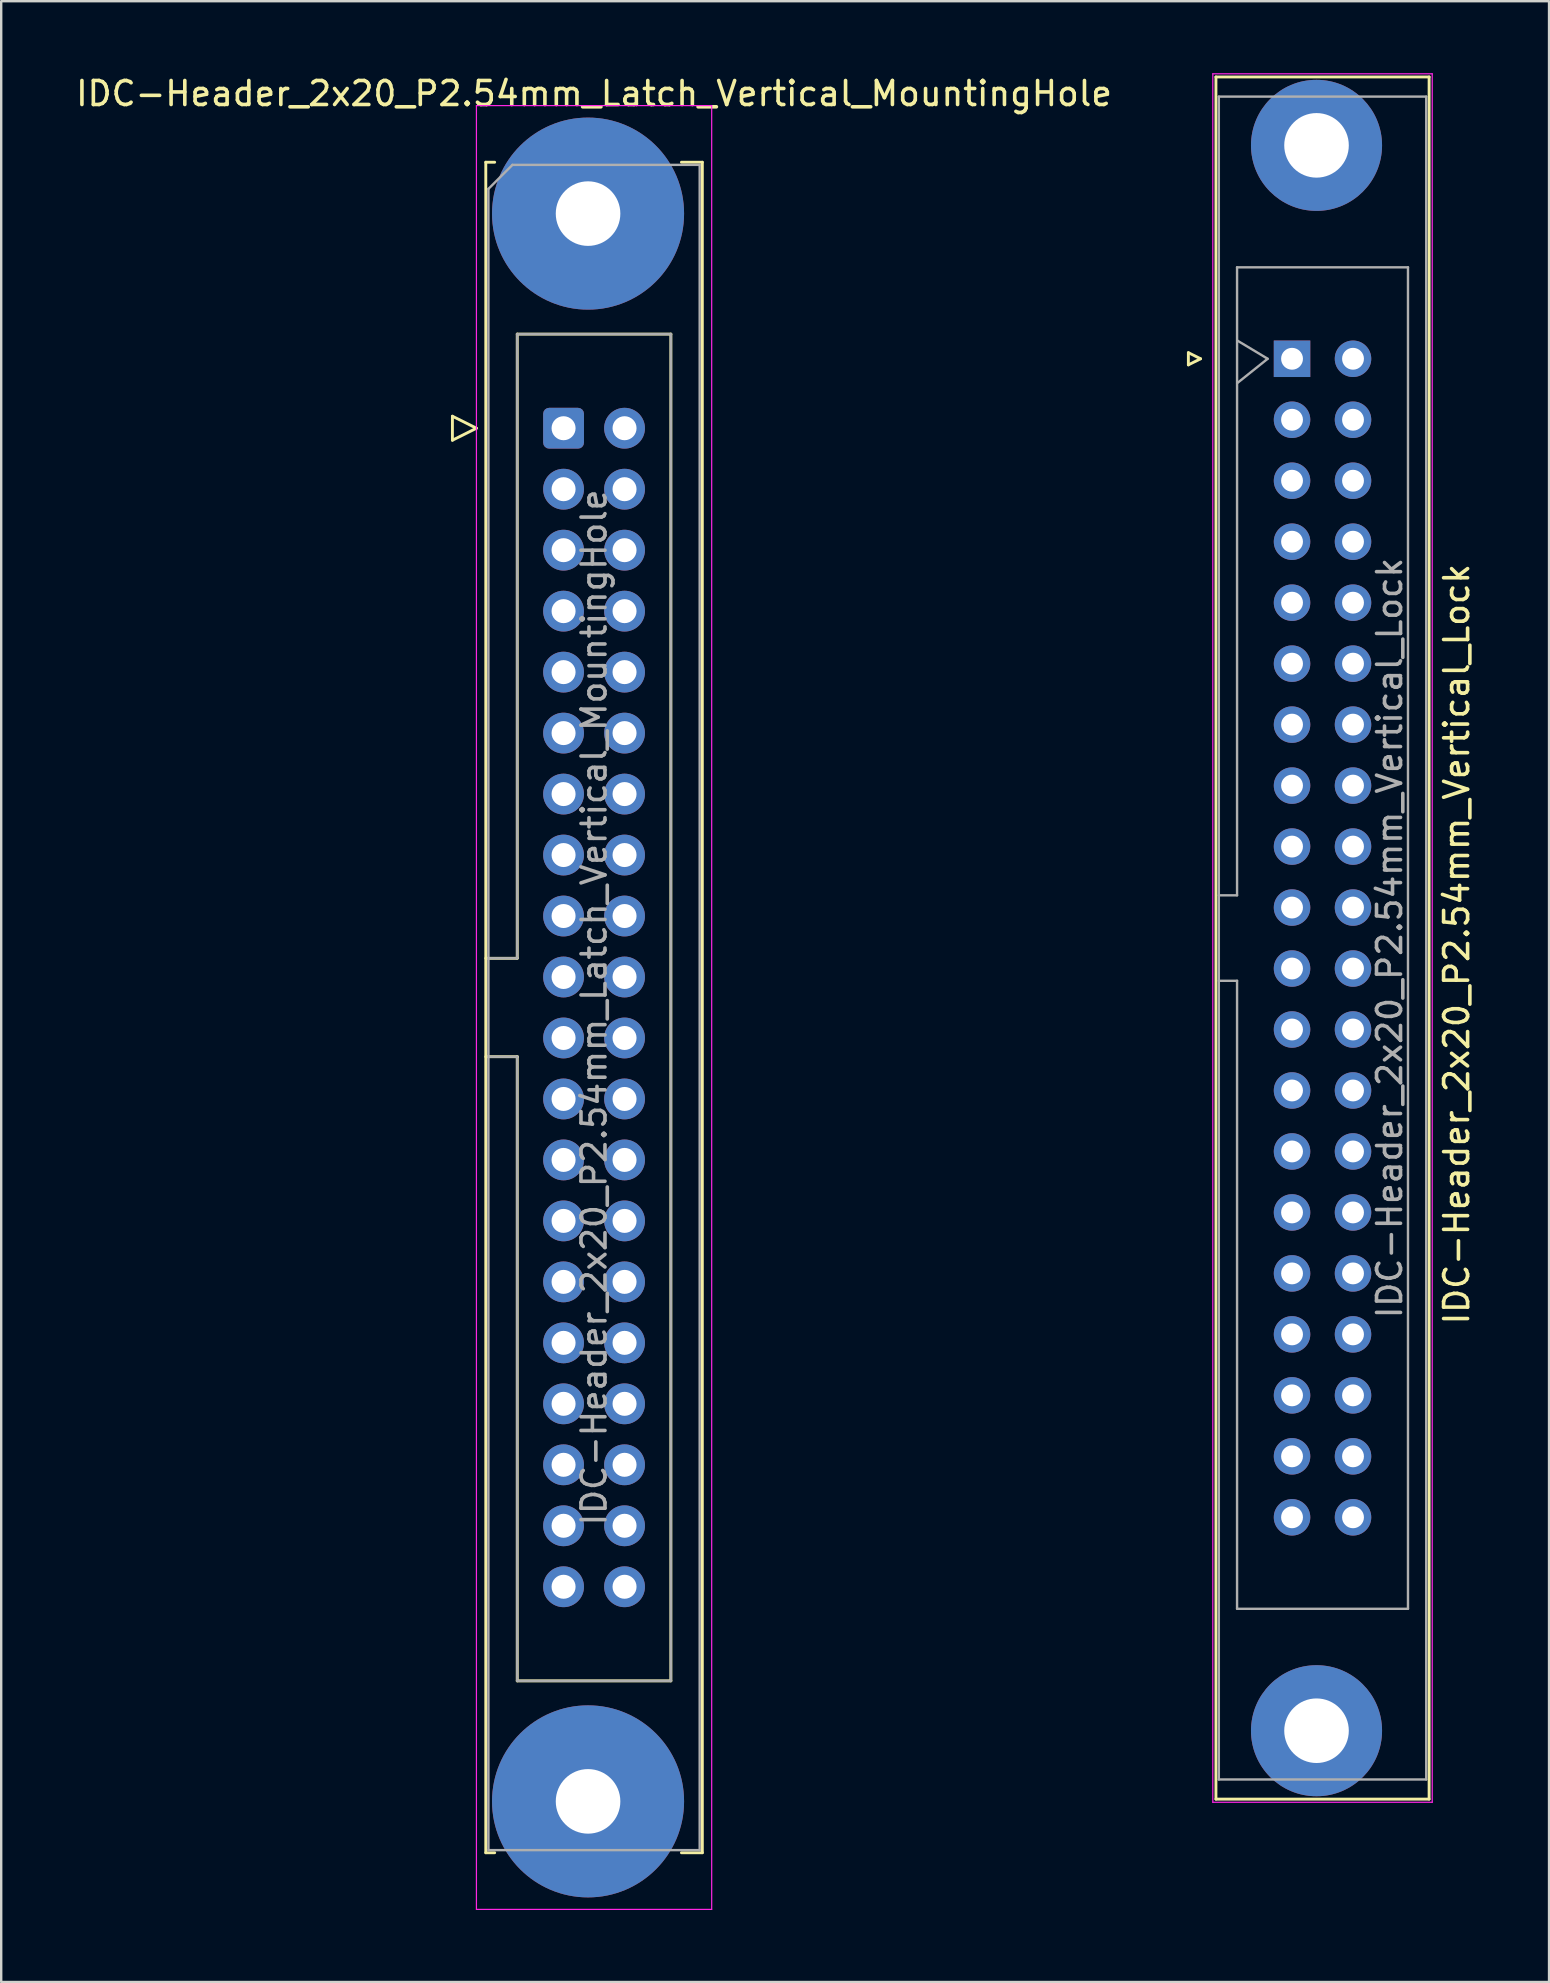
<source format=kicad_pcb>
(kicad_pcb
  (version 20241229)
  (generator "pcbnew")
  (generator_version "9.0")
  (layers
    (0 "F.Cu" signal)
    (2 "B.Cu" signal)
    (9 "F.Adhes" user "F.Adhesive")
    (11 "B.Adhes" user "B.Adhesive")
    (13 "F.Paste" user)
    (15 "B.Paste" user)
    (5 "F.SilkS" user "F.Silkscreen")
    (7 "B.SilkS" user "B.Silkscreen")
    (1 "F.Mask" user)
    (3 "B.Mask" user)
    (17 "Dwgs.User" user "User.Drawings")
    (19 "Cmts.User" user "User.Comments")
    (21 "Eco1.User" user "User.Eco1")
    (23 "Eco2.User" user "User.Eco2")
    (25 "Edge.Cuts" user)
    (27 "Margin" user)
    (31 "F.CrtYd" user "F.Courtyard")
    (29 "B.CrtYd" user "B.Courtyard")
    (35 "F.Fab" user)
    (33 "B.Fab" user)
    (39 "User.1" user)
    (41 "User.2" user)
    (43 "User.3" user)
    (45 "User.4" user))
  (footprint "IDC-Header_2x20_P2.54mm_Latch_Vertical_MountingHole"
    (layer "F.Cu")
    (at 20.426 14.788)
    (property "Reference" "IDC-Header_2x20_P2.54mm_Latch_Vertical_MountingHole" (at 1.27 -13.94 0) (layer "F.SilkS") (effects (font (size 1 1) (thickness 0.15))))
    (attr through_hole)
    (fp_line (start -4.63 -0.5) (end -4.63 0.5) (stroke (width 0.12) (type solid)) (layer "F.SilkS"))
    (fp_line (start -4.63 0.5) (end -3.63 0) (stroke (width 0.12) (type solid)) (layer "F.SilkS"))
    (fp_line (start -3.63 0) (end -4.63 -0.5) (stroke (width 0.12) (type solid)) (layer "F.SilkS"))
    (fp_line (start -3.24 -11.08) (end -3.24 59.34) (stroke (width 0.12) (type solid)) (layer "F.SilkS"))
    (fp_line (start -3.24 22.08) (end -1.93 22.08) (stroke (width 0.12) (type solid)) (layer "F.SilkS"))
    (fp_line (start -3.24 59.34) (end -2.87 59.34) (stroke (width 0.12) (type solid)) (layer "F.SilkS"))
    (fp_line (start -2.87 -11.08) (end -3.24 -11.08) (stroke (width 0.12) (type solid)) (layer "F.SilkS"))
    (fp_line (start -1.93 -3.92) (end 4.47 -3.92) (stroke (width 0.12) (type solid)) (layer "F.SilkS"))
    (fp_line (start -1.93 22.08) (end -1.93 -3.92) (stroke (width 0.12) (type solid)) (layer "F.SilkS"))
    (fp_line (start -1.93 26.18) (end -3.24 26.18) (stroke (width 0.12) (type solid)) (layer "F.SilkS"))
    (fp_line (start -1.93 26.18) (end -1.93 26.18) (stroke (width 0.12) (type solid)) (layer "F.SilkS"))
    (fp_line (start -1.93 52.18) (end -1.93 26.18) (stroke (width 0.12) (type solid)) (layer "F.SilkS"))
    (fp_line (start 4.47 -3.92) (end 4.47 52.18) (stroke (width 0.12) (type solid)) (layer "F.SilkS"))
    (fp_line (start 4.47 52.18) (end -1.93 52.18) (stroke (width 0.12) (type solid)) (layer "F.SilkS"))
    (fp_line (start 4.91 -11.08) (end 5.78 -11.08) (stroke (width 0.12) (type solid)) (layer "F.SilkS"))
    (fp_line (start 5.78 -11.08) (end 5.78 59.34) (stroke (width 0.12) (type solid)) (layer "F.SilkS"))
    (fp_line (start 5.78 59.34) (end 4.91 59.34) (stroke (width 0.12) (type solid)) (layer "F.SilkS"))
    (fp_line (start -3.63 -13.44) (end -3.63 61.7) (stroke (width 0.05) (type solid)) (layer "F.CrtYd"))
    (fp_line (start -3.63 61.7) (end 6.17 61.7) (stroke (width 0.05) (type solid)) (layer "F.CrtYd"))
    (fp_line (start 6.17 -13.44) (end -3.63 -13.44) (stroke (width 0.05) (type solid)) (layer "F.CrtYd"))
    (fp_line (start 6.17 61.7) (end 6.17 -13.44) (stroke (width 0.05) (type solid)) (layer "F.CrtYd"))
    (fp_line (start -3.13 -9.97) (end -2.13 -10.97) (stroke (width 0.1) (type solid)) (layer "F.Fab"))
    (fp_line (start -3.13 22.08) (end -1.93 22.08) (stroke (width 0.1) (type solid)) (layer "F.Fab"))
    (fp_line (start -3.13 59.23) (end -3.13 -9.97) (stroke (width 0.1) (type solid)) (layer "F.Fab"))
    (fp_line (start -2.13 -10.97) (end 5.67 -10.97) (stroke (width 0.1) (type solid)) (layer "F.Fab"))
    (fp_line (start -1.93 -3.92) (end 4.47 -3.92) (stroke (width 0.1) (type solid)) (layer "F.Fab"))
    (fp_line (start -1.93 22.08) (end -1.93 -3.92) (stroke (width 0.1) (type solid)) (layer "F.Fab"))
    (fp_line (start -1.93 26.18) (end -3.13 26.18) (stroke (width 0.1) (type solid)) (layer "F.Fab"))
    (fp_line (start -1.93 26.18) (end -1.93 26.18) (stroke (width 0.1) (type solid)) (layer "F.Fab"))
    (fp_line (start -1.93 52.18) (end -1.93 26.18) (stroke (width 0.1) (type solid)) (layer "F.Fab"))
    (fp_line (start 4.47 -3.92) (end 4.47 52.18) (stroke (width 0.1) (type solid)) (layer "F.Fab"))
    (fp_line (start 4.47 52.18) (end -1.93 52.18) (stroke (width 0.1) (type solid)) (layer "F.Fab"))
    (fp_line (start 5.67 -10.97) (end 5.67 59.23) (stroke (width 0.1) (type solid)) (layer "F.Fab"))
    (fp_line (start 5.67 59.23) (end -3.13 59.23) (stroke (width 0.1) (type solid)) (layer "F.Fab"))
    (fp_text user "${REFERENCE}" (at 1.27 24.13 90) (layer "F.Fab") (effects (font (size 1 1) (thickness 0.15))))
    (pad "" thru_hole circle (at 1.02 -8.94) (size 8 8) (drill 2.69) (layers "*.Cu" "*.Mask"))
    (pad "" thru_hole circle (at 1.02 57.2) (size 8 8) (drill 2.69) (layers "*.Cu" "*.Mask"))
    (pad "1" thru_hole roundrect (at 0 0) (size 1.7 1.7) (drill 1) (layers "*.Cu" "*.Mask") (roundrect_rratio 0.147))
    (pad "2" thru_hole circle (at 2.54 0) (size 1.7 1.7) (drill 1) (layers "*.Cu" "*.Mask"))
    (pad "3" thru_hole circle (at 0 2.54) (size 1.7 1.7) (drill 1) (layers "*.Cu" "*.Mask"))
    (pad "4" thru_hole circle (at 2.54 2.54) (size 1.7 1.7) (drill 1) (layers "*.Cu" "*.Mask"))
    (pad "5" thru_hole circle (at 0 5.08) (size 1.7 1.7) (drill 1) (layers "*.Cu" "*.Mask"))
    (pad "6" thru_hole circle (at 2.54 5.08) (size 1.7 1.7) (drill 1) (layers "*.Cu" "*.Mask"))
    (pad "7" thru_hole circle (at 0 7.62) (size 1.7 1.7) (drill 1) (layers "*.Cu" "*.Mask"))
    (pad "8" thru_hole circle (at 2.54 7.62) (size 1.7 1.7) (drill 1) (layers "*.Cu" "*.Mask"))
    (pad "9" thru_hole circle (at 0 10.16) (size 1.7 1.7) (drill 1) (layers "*.Cu" "*.Mask"))
    (pad "10" thru_hole circle (at 2.54 10.16) (size 1.7 1.7) (drill 1) (layers "*.Cu" "*.Mask"))
    (pad "11" thru_hole circle (at 0 12.7) (size 1.7 1.7) (drill 1) (layers "*.Cu" "*.Mask"))
    (pad "12" thru_hole circle (at 2.54 12.7) (size 1.7 1.7) (drill 1) (layers "*.Cu" "*.Mask"))
    (pad "13" thru_hole circle (at 0 15.24) (size 1.7 1.7) (drill 1) (layers "*.Cu" "*.Mask"))
    (pad "14" thru_hole circle (at 2.54 15.24) (size 1.7 1.7) (drill 1) (layers "*.Cu" "*.Mask"))
    (pad "15" thru_hole circle (at 0 17.78) (size 1.7 1.7) (drill 1) (layers "*.Cu" "*.Mask"))
    (pad "16" thru_hole circle (at 2.54 17.78) (size 1.7 1.7) (drill 1) (layers "*.Cu" "*.Mask"))
    (pad "17" thru_hole circle (at 0 20.32) (size 1.7 1.7) (drill 1) (layers "*.Cu" "*.Mask"))
    (pad "18" thru_hole circle (at 2.54 20.32) (size 1.7 1.7) (drill 1) (layers "*.Cu" "*.Mask"))
    (pad "19" thru_hole circle (at 0 22.86) (size 1.7 1.7) (drill 1) (layers "*.Cu" "*.Mask"))
    (pad "20" thru_hole circle (at 2.54 22.86) (size 1.7 1.7) (drill 1) (layers "*.Cu" "*.Mask"))
    (pad "21" thru_hole circle (at 0 25.4) (size 1.7 1.7) (drill 1) (layers "*.Cu" "*.Mask"))
    (pad "22" thru_hole circle (at 2.54 25.4) (size 1.7 1.7) (drill 1) (layers "*.Cu" "*.Mask"))
    (pad "23" thru_hole circle (at 0 27.94) (size 1.7 1.7) (drill 1) (layers "*.Cu" "*.Mask"))
    (pad "24" thru_hole circle (at 2.54 27.94) (size 1.7 1.7) (drill 1) (layers "*.Cu" "*.Mask"))
    (pad "25" thru_hole circle (at 0 30.48) (size 1.7 1.7) (drill 1) (layers "*.Cu" "*.Mask"))
    (pad "26" thru_hole circle (at 2.54 30.48) (size 1.7 1.7) (drill 1) (layers "*.Cu" "*.Mask"))
    (pad "27" thru_hole circle (at 0 33.02) (size 1.7 1.7) (drill 1) (layers "*.Cu" "*.Mask"))
    (pad "28" thru_hole circle (at 2.54 33.02) (size 1.7 1.7) (drill 1) (layers "*.Cu" "*.Mask"))
    (pad "29" thru_hole circle (at 0 35.56) (size 1.7 1.7) (drill 1) (layers "*.Cu" "*.Mask"))
    (pad "30" thru_hole circle (at 2.54 35.56) (size 1.7 1.7) (drill 1) (layers "*.Cu" "*.Mask"))
    (pad "31" thru_hole circle (at 0 38.1) (size 1.7 1.7) (drill 1) (layers "*.Cu" "*.Mask"))
    (pad "32" thru_hole circle (at 2.54 38.1) (size 1.7 1.7) (drill 1) (layers "*.Cu" "*.Mask"))
    (pad "33" thru_hole circle (at 0 40.64) (size 1.7 1.7) (drill 1) (layers "*.Cu" "*.Mask"))
    (pad "34" thru_hole circle (at 2.54 40.64) (size 1.7 1.7) (drill 1) (layers "*.Cu" "*.Mask"))
    (pad "35" thru_hole circle (at 0 43.18) (size 1.7 1.7) (drill 1) (layers "*.Cu" "*.Mask"))
    (pad "36" thru_hole circle (at 2.54 43.18) (size 1.7 1.7) (drill 1) (layers "*.Cu" "*.Mask"))
    (pad "37" thru_hole circle (at 0 45.72) (size 1.7 1.7) (drill 1) (layers "*.Cu" "*.Mask"))
    (pad "38" thru_hole circle (at 2.54 45.72) (size 1.7 1.7) (drill 1) (layers "*.Cu" "*.Mask"))
    (pad "39" thru_hole circle (at 0 48.26) (size 1.7 1.7) (drill 1) (layers "*.Cu" "*.Mask"))
    (pad "40" thru_hole circle (at 2.54 48.26) (size 1.7 1.7) (drill 1) (layers "*.Cu" "*.Mask")))
  (footprint "IDC-Header_2x20_P2.54mm_Vertical_Lock"
    (layer "F.Cu")
    (at 50.771 11.895)
    (property "Reference" "IDC-Header_2x20_P2.54mm_Vertical_Lock" (at 6.858 24.384 270) (layer "F.SilkS") (effects (font (size 1 1) (thickness 0.15))))
    (attr through_hole)
    (fp_line (start -4.318 -0.254) (end -4.318 0.254) (stroke (width 0.12) (type solid)) (layer "F.SilkS"))
    (fp_line (start -4.318 0.254) (end -3.81 0) (stroke (width 0.12) (type solid)) (layer "F.SilkS"))
    (fp_line (start -3.81 0) (end -4.318 -0.254) (stroke (width 0.12) (type solid)) (layer "F.SilkS"))
    (fp_line (start -3.17 60) (end -3.17 -11.74) (stroke (width 0.12) (type solid)) (layer "F.SilkS"))
    (fp_line (start -3.17 60) (end 5.71 60) (stroke (width 0.12) (type solid)) (layer "F.SilkS"))
    (fp_line (start 5.71 -11.74) (end -3.17 -11.74) (stroke (width 0.12) (type solid)) (layer "F.SilkS"))
    (fp_line (start 5.71 -11.74) (end 5.71 60) (stroke (width 0.12) (type solid)) (layer "F.SilkS"))
    (fp_line (start -3.3 60.13) (end -3.3 -11.87) (stroke (width 0.05) (type solid)) (layer "F.CrtYd"))
    (fp_line (start -3.3 60.13) (end 5.84 60.13) (stroke (width 0.05) (type solid)) (layer "F.CrtYd"))
    (fp_line (start 5.84 -11.87) (end -3.3 -11.87) (stroke (width 0.05) (type solid)) (layer "F.CrtYd"))
    (fp_line (start 5.84 -11.87) (end 5.84 60.13) (stroke (width 0.05) (type solid)) (layer "F.CrtYd"))
    (fp_line (start -3.05 -10.92) (end -3.05 59.18) (stroke (width 0.1) (type solid)) (layer "F.Fab"))
    (fp_line (start -3.05 22.35) (end -2.29 22.35) (stroke (width 0.1) (type solid)) (layer "F.Fab"))
    (fp_line (start -3.05 59.18) (end 5.59 59.18) (stroke (width 0.1) (type solid)) (layer "F.Fab"))
    (fp_line (start -2.29 -3.81) (end 4.83 -3.81) (stroke (width 0.1) (type solid)) (layer "F.Fab"))
    (fp_line (start -2.29 22.35) (end -2.29 -3.81) (stroke (width 0.1) (type solid)) (layer "F.Fab"))
    (fp_line (start -2.29 25.91) (end -3.05 25.91) (stroke (width 0.1) (type solid)) (layer "F.Fab"))
    (fp_line (start -2.29 52.07) (end -2.29 25.91) (stroke (width 0.1) (type solid)) (layer "F.Fab"))
    (fp_line (start -2.286 -0.762) (end -1.016 0) (stroke (width 0.1) (type solid)) (layer "F.Fab"))
    (fp_line (start -1.016 0) (end -2.286 1.016) (stroke (width 0.1) (type solid)) (layer "F.Fab"))
    (fp_line (start 4.83 -3.81) (end 4.83 52.07) (stroke (width 0.1) (type solid)) (layer "F.Fab"))
    (fp_line (start 4.83 52.07) (end -2.29 52.07) (stroke (width 0.1) (type solid)) (layer "F.Fab"))
    (fp_line (start 5.59 -10.92) (end -3.05 -10.92) (stroke (width 0.1) (type solid)) (layer "F.Fab"))
    (fp_line (start 5.59 59.18) (end 5.59 -10.92) (stroke (width 0.1) (type solid)) (layer "F.Fab"))
    (fp_text user "${REFERENCE}" (at 4.064 24.13 90) (layer "F.Fab") (effects (font (size 1 1) (thickness 0.15))))
    (pad "" thru_hole circle (at 1.02 -8.89 270) (size 5.46 5.46) (drill 2.69) (layers "*.Cu" "*.Mask"))
    (pad "" thru_hole circle (at 1.02 57.15 270) (size 5.46 5.46) (drill 2.69) (layers "*.Cu" "*.Mask"))
    (pad "1" thru_hole rect (at 0 0 270) (size 1.52 1.52) (drill 0.91) (layers "*.Cu" "*.Mask"))
    (pad "2" thru_hole circle (at 2.54 0 270) (size 1.52 1.52) (drill 0.91) (layers "*.Cu" "*.Mask"))
    (pad "3" thru_hole circle (at 0 2.54 270) (size 1.52 1.52) (drill 0.91) (layers "*.Cu" "*.Mask"))
    (pad "4" thru_hole circle (at 2.54 2.54 270) (size 1.52 1.52) (drill 0.91) (layers "*.Cu" "*.Mask"))
    (pad "5" thru_hole circle (at 0 5.08 270) (size 1.52 1.52) (drill 0.91) (layers "*.Cu" "*.Mask"))
    (pad "6" thru_hole circle (at 2.54 5.08 270) (size 1.52 1.52) (drill 0.91) (layers "*.Cu" "*.Mask"))
    (pad "7" thru_hole circle (at 0 7.62 270) (size 1.52 1.52) (drill 0.91) (layers "*.Cu" "*.Mask"))
    (pad "8" thru_hole circle (at 2.54 7.62 270) (size 1.52 1.52) (drill 0.91) (layers "*.Cu" "*.Mask"))
    (pad "9" thru_hole circle (at 0 10.16 270) (size 1.52 1.52) (drill 0.91) (layers "*.Cu" "*.Mask"))
    (pad "10" thru_hole circle (at 2.54 10.16 270) (size 1.52 1.52) (drill 0.91) (layers "*.Cu" "*.Mask"))
    (pad "11" thru_hole circle (at 0 12.7 270) (size 1.52 1.52) (drill 0.91) (layers "*.Cu" "*.Mask"))
    (pad "12" thru_hole circle (at 2.54 12.7 270) (size 1.52 1.52) (drill 0.91) (layers "*.Cu" "*.Mask"))
    (pad "13" thru_hole circle (at 0 15.24 270) (size 1.52 1.52) (drill 0.91) (layers "*.Cu" "*.Mask"))
    (pad "14" thru_hole circle (at 2.54 15.24 270) (size 1.52 1.52) (drill 0.91) (layers "*.Cu" "*.Mask"))
    (pad "15" thru_hole circle (at 0 17.78 270) (size 1.52 1.52) (drill 0.91) (layers "*.Cu" "*.Mask"))
    (pad "16" thru_hole circle (at 2.54 17.78 270) (size 1.52 1.52) (drill 0.91) (layers "*.Cu" "*.Mask"))
    (pad "17" thru_hole circle (at 0 20.32 270) (size 1.52 1.52) (drill 0.91) (layers "*.Cu" "*.Mask"))
    (pad "18" thru_hole circle (at 2.54 20.32 270) (size 1.52 1.52) (drill 0.91) (layers "*.Cu" "*.Mask"))
    (pad "19" thru_hole circle (at 0 22.86 270) (size 1.52 1.52) (drill 0.91) (layers "*.Cu" "*.Mask"))
    (pad "20" thru_hole circle (at 2.54 22.86 270) (size 1.52 1.52) (drill 0.91) (layers "*.Cu" "*.Mask"))
    (pad "21" thru_hole circle (at 0 25.4 270) (size 1.52 1.52) (drill 0.91) (layers "*.Cu" "*.Mask"))
    (pad "22" thru_hole circle (at 2.54 25.4 270) (size 1.52 1.52) (drill 0.91) (layers "*.Cu" "*.Mask"))
    (pad "23" thru_hole circle (at 0 27.94 270) (size 1.52 1.52) (drill 0.91) (layers "*.Cu" "*.Mask"))
    (pad "24" thru_hole circle (at 2.54 27.94 270) (size 1.52 1.52) (drill 0.91) (layers "*.Cu" "*.Mask"))
    (pad "25" thru_hole circle (at 0 30.48 270) (size 1.52 1.52) (drill 0.91) (layers "*.Cu" "*.Mask"))
    (pad "26" thru_hole circle (at 2.54 30.48 270) (size 1.52 1.52) (drill 0.91) (layers "*.Cu" "*.Mask"))
    (pad "27" thru_hole circle (at 0 33.02 270) (size 1.52 1.52) (drill 0.91) (layers "*.Cu" "*.Mask"))
    (pad "28" thru_hole circle (at 2.54 33.02 270) (size 1.52 1.52) (drill 0.91) (layers "*.Cu" "*.Mask"))
    (pad "29" thru_hole circle (at 0 35.56 270) (size 1.52 1.52) (drill 0.91) (layers "*.Cu" "*.Mask"))
    (pad "30" thru_hole circle (at 2.54 35.56 270) (size 1.52 1.52) (drill 0.91) (layers "*.Cu" "*.Mask"))
    (pad "31" thru_hole circle (at 0 38.1 270) (size 1.52 1.52) (drill 0.91) (layers "*.Cu" "*.Mask"))
    (pad "32" thru_hole circle (at 2.54 38.1 270) (size 1.52 1.52) (drill 0.91) (layers "*.Cu" "*.Mask"))
    (pad "33" thru_hole circle (at 0 40.64 270) (size 1.52 1.52) (drill 0.91) (layers "*.Cu" "*.Mask"))
    (pad "34" thru_hole circle (at 2.54 40.64 270) (size 1.52 1.52) (drill 0.91) (layers "*.Cu" "*.Mask"))
    (pad "35" thru_hole circle (at 0 43.18 270) (size 1.52 1.52) (drill 0.91) (layers "*.Cu" "*.Mask"))
    (pad "36" thru_hole circle (at 2.54 43.18 270) (size 1.52 1.52) (drill 0.91) (layers "*.Cu" "*.Mask"))
    (pad "37" thru_hole circle (at 0 45.72 270) (size 1.52 1.52) (drill 0.91) (layers "*.Cu" "*.Mask"))
    (pad "38" thru_hole circle (at 2.54 45.72 270) (size 1.52 1.52) (drill 0.91) (layers "*.Cu" "*.Mask"))
    (pad "39" thru_hole circle (at 0 48.26 270) (size 1.52 1.52) (drill 0.91) (layers "*.Cu" "*.Mask"))
    (pad "40" thru_hole circle (at 2.54 48.26 270) (size 1.52 1.52) (drill 0.91) (layers "*.Cu" "*.Mask")))
  (gr_rect
    (start -3 -3)
    (end 61.477 79.513)
    (stroke (width 0.1) (type default))
    (fill no)
    (layer "Edge.Cuts")))
</source>
